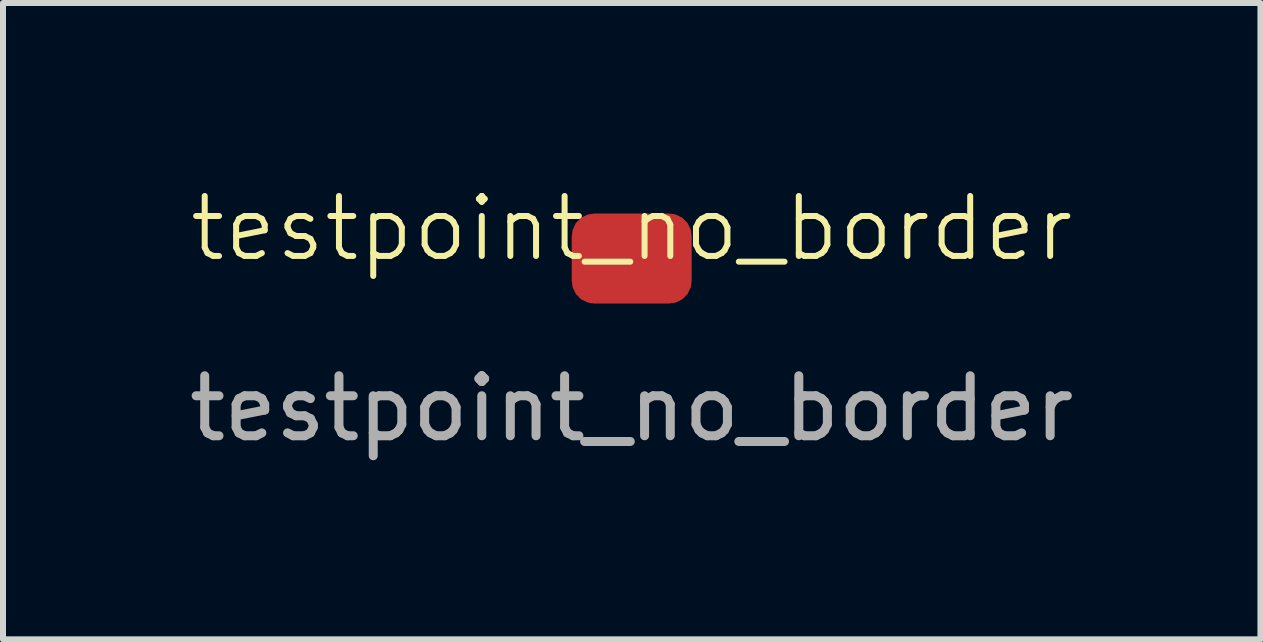
<source format=kicad_pcb>
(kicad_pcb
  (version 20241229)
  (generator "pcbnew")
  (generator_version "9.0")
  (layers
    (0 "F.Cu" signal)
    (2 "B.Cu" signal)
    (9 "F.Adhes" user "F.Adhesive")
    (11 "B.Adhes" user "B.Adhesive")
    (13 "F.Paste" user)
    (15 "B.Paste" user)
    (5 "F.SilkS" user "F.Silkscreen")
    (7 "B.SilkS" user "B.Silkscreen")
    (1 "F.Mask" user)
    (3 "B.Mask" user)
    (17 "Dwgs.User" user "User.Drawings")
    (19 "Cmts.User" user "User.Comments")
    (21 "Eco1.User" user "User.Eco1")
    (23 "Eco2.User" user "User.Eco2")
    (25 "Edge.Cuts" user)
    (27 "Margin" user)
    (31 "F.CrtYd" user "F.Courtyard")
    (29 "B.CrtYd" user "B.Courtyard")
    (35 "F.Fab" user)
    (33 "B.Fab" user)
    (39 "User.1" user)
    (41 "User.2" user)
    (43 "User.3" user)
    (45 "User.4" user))
  (footprint "testpoint_no_border"
    (layer "F.Cu")
    (at 7.482 1.26)
    (property "Reference" "testpoint_no_border" (at 0 -0.5 0) (unlocked yes) (layer "F.SilkS") (effects (font (size 1 1) (thickness 0.1))))
    (attr smd)
    (fp_text user "${REFERENCE}" (at 0 2.5 0) (unlocked yes) (layer "F.Fab") (effects (font (size 1 1) (thickness 0.15))))
    (pad "1" smd roundrect (at 0 0) (size 2 1.5) (layers "F.Cu" "F.Mask" "F.Paste") (roundrect_rratio 0.25)))
  (gr_rect
    (start -3 -3)
    (end 17.964 7.609)
    (stroke (width 0.1) (type default))
    (fill no)
    (layer "Edge.Cuts")))
</source>
